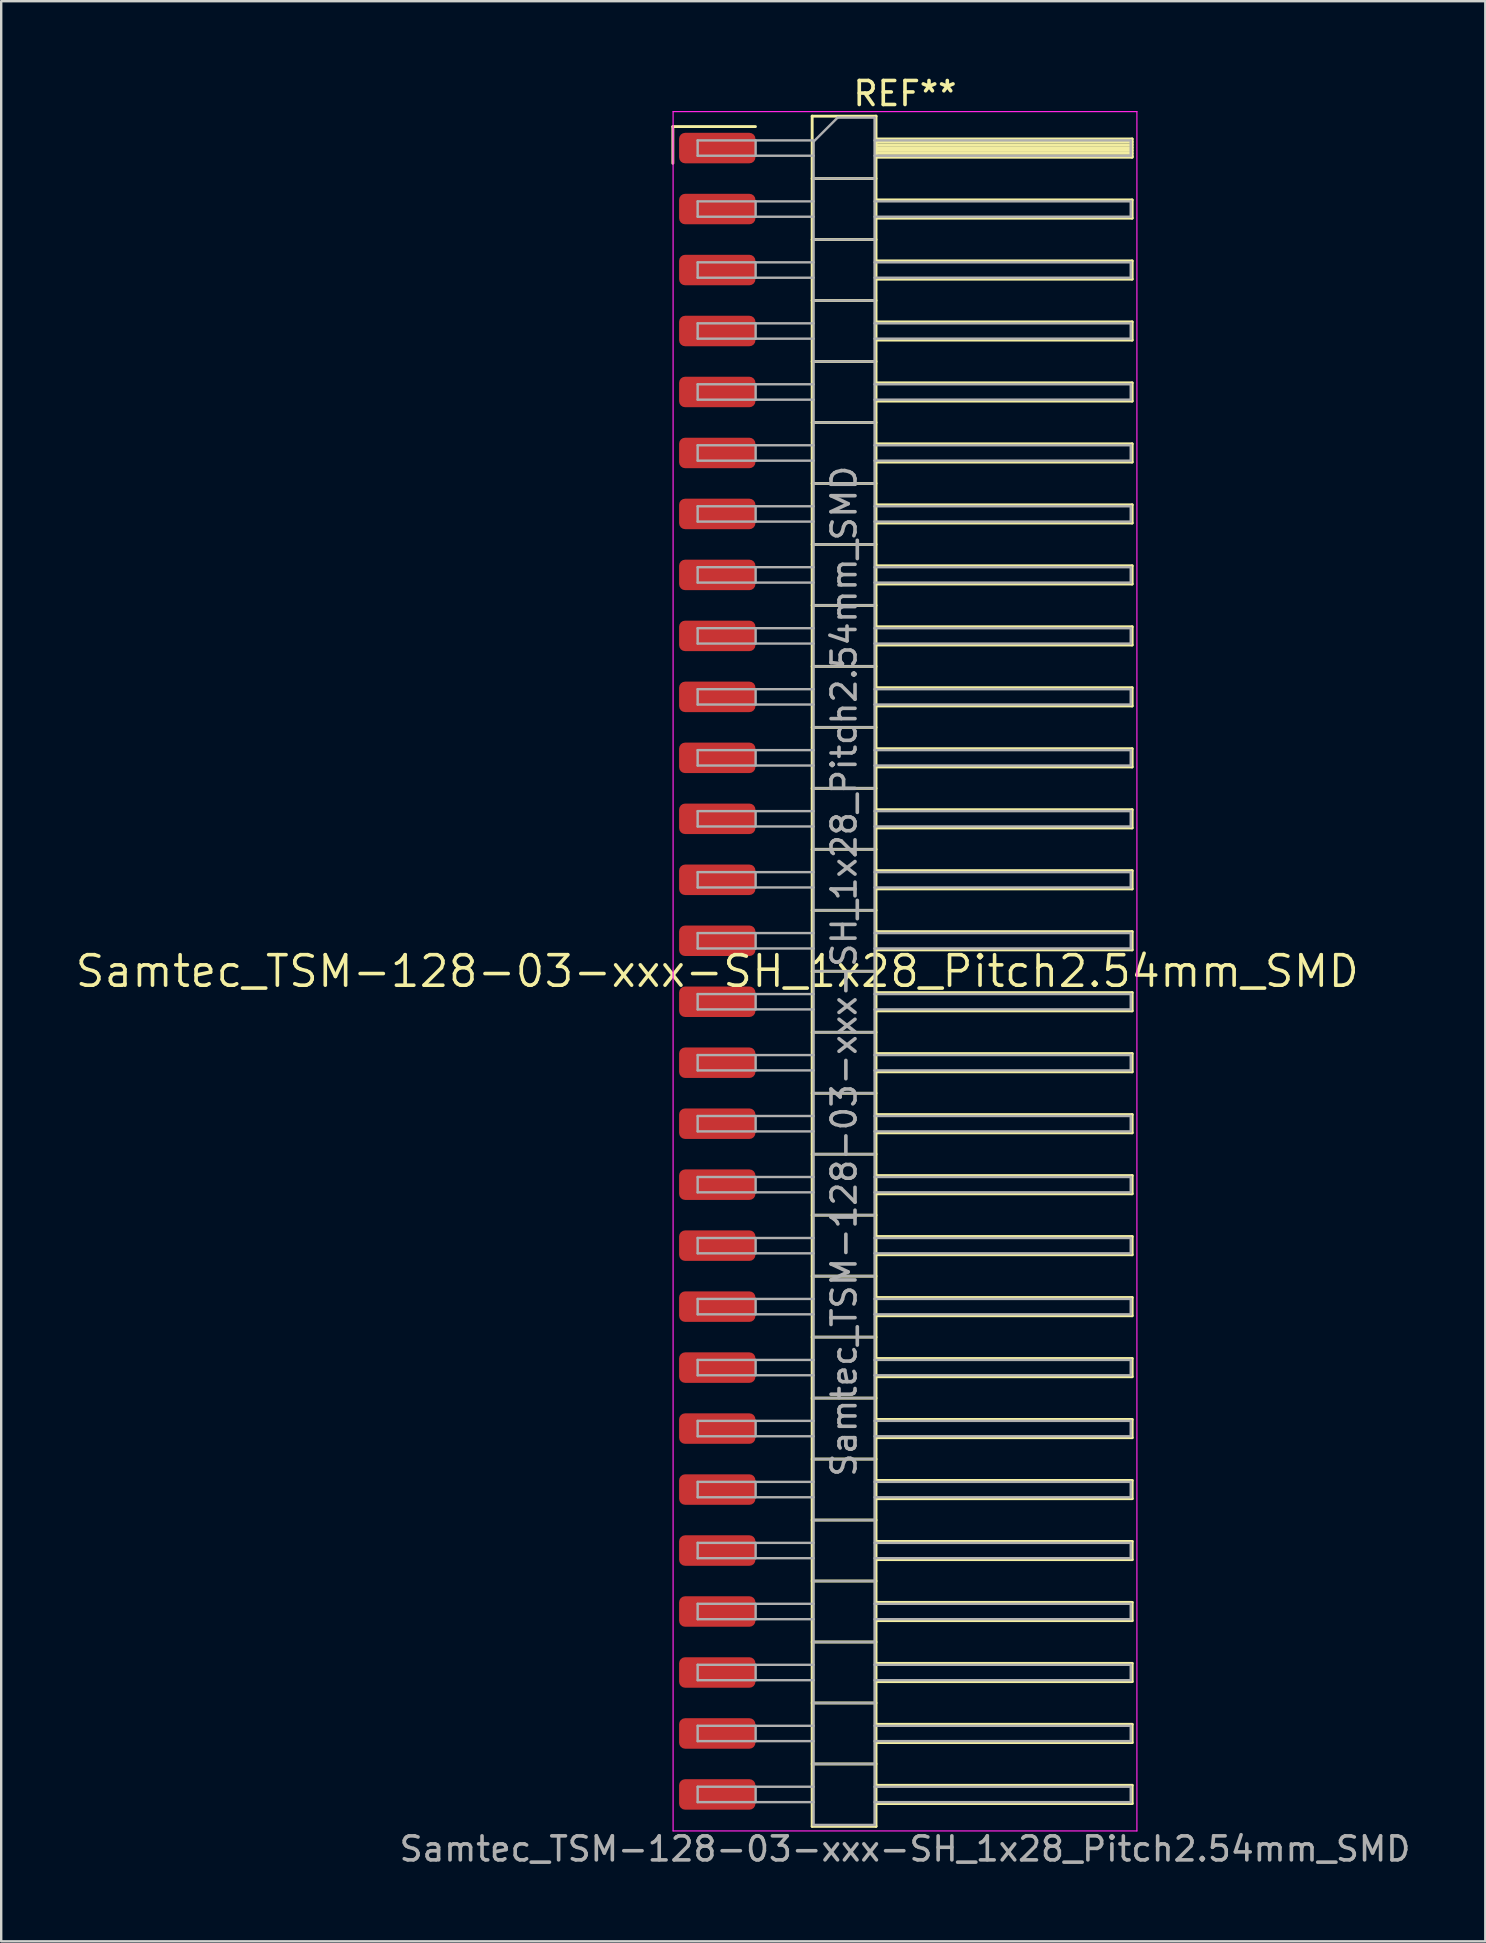
<source format=kicad_pcb>
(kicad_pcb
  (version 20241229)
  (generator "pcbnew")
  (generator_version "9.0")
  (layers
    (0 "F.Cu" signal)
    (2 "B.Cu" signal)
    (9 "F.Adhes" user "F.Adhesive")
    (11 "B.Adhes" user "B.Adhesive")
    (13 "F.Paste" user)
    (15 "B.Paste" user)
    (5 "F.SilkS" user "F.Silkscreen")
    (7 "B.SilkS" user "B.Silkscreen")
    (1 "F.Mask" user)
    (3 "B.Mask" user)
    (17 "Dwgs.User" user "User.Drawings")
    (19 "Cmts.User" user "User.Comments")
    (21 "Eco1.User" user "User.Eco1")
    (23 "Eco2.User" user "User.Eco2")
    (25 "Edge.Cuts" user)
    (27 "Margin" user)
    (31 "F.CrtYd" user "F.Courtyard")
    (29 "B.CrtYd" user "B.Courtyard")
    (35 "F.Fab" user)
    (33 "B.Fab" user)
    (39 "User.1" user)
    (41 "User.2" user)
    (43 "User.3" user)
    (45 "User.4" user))
  (footprint "Samtec_TSM-128-03-xxx-SH_1x28_Pitch2.54mm_SMD"
    (layer "F.Cu")
    (at 26.828 37.408)
    (property "Reference" "Samtec_TSM-128-03-xxx-SH_1x28_Pitch2.54mm_SMD" (at 0 0 0) (layer "F.SilkS") (effects (font (size 1.27 1.27) (thickness 0.15))))
    (attr smd)
    (fp_line (start -1.85 -35.185) (end 1.59 -35.185) (stroke (width 0.12) (type solid)) (layer "F.SilkS"))
    (fp_line (start -1.85 -33.655) (end -1.85 -35.185) (stroke (width 0.12) (type solid)) (layer "F.SilkS"))
    (fp_line (start 3.953 -35.62) (end 6.613 -35.62) (stroke (width 0.12) (type solid)) (layer "F.SilkS"))
    (fp_line (start 3.953 -33.02) (end 6.613 -33.02) (stroke (width 0.12) (type solid)) (layer "F.SilkS"))
    (fp_line (start 3.953 -30.48) (end 6.613 -30.48) (stroke (width 0.12) (type solid)) (layer "F.SilkS"))
    (fp_line (start 3.953 -27.94) (end 6.613 -27.94) (stroke (width 0.12) (type solid)) (layer "F.SilkS"))
    (fp_line (start 3.953 -25.4) (end 6.613 -25.4) (stroke (width 0.12) (type solid)) (layer "F.SilkS"))
    (fp_line (start 3.953 -22.86) (end 6.613 -22.86) (stroke (width 0.12) (type solid)) (layer "F.SilkS"))
    (fp_line (start 3.953 -20.32) (end 6.613 -20.32) (stroke (width 0.12) (type solid)) (layer "F.SilkS"))
    (fp_line (start 3.953 -17.78) (end 6.613 -17.78) (stroke (width 0.12) (type solid)) (layer "F.SilkS"))
    (fp_line (start 3.953 -15.24) (end 6.613 -15.24) (stroke (width 0.12) (type solid)) (layer "F.SilkS"))
    (fp_line (start 3.953 -12.7) (end 6.613 -12.7) (stroke (width 0.12) (type solid)) (layer "F.SilkS"))
    (fp_line (start 3.953 -10.16) (end 6.613 -10.16) (stroke (width 0.12) (type solid)) (layer "F.SilkS"))
    (fp_line (start 3.953 -7.62) (end 6.613 -7.62) (stroke (width 0.12) (type solid)) (layer "F.SilkS"))
    (fp_line (start 3.953 -5.08) (end 6.613 -5.08) (stroke (width 0.12) (type solid)) (layer "F.SilkS"))
    (fp_line (start 3.953 -2.54) (end 6.613 -2.54) (stroke (width 0.12) (type solid)) (layer "F.SilkS"))
    (fp_line (start 3.953 0) (end 6.613 0) (stroke (width 0.12) (type solid)) (layer "F.SilkS"))
    (fp_line (start 3.953 2.54) (end 6.613 2.54) (stroke (width 0.12) (type solid)) (layer "F.SilkS"))
    (fp_line (start 3.953 5.08) (end 6.613 5.08) (stroke (width 0.12) (type solid)) (layer "F.SilkS"))
    (fp_line (start 3.953 7.62) (end 6.613 7.62) (stroke (width 0.12) (type solid)) (layer "F.SilkS"))
    (fp_line (start 3.953 10.16) (end 6.613 10.16) (stroke (width 0.12) (type solid)) (layer "F.SilkS"))
    (fp_line (start 3.953 12.7) (end 6.613 12.7) (stroke (width 0.12) (type solid)) (layer "F.SilkS"))
    (fp_line (start 3.953 15.24) (end 6.613 15.24) (stroke (width 0.12) (type solid)) (layer "F.SilkS"))
    (fp_line (start 3.953 17.78) (end 6.613 17.78) (stroke (width 0.12) (type solid)) (layer "F.SilkS"))
    (fp_line (start 3.953 20.32) (end 6.613 20.32) (stroke (width 0.12) (type solid)) (layer "F.SilkS"))
    (fp_line (start 3.953 22.86) (end 6.613 22.86) (stroke (width 0.12) (type solid)) (layer "F.SilkS"))
    (fp_line (start 3.953 25.4) (end 6.613 25.4) (stroke (width 0.12) (type solid)) (layer "F.SilkS"))
    (fp_line (start 3.953 27.94) (end 6.613 27.94) (stroke (width 0.12) (type solid)) (layer "F.SilkS"))
    (fp_line (start 3.953 30.48) (end 6.613 30.48) (stroke (width 0.12) (type solid)) (layer "F.SilkS"))
    (fp_line (start 3.953 33.02) (end 6.613 33.02) (stroke (width 0.12) (type solid)) (layer "F.SilkS"))
    (fp_line (start 3.953 35.62) (end 3.953 -35.62) (stroke (width 0.12) (type solid)) (layer "F.SilkS"))
    (fp_line (start 6.613 -35.62) (end 6.613 35.62) (stroke (width 0.12) (type solid)) (layer "F.SilkS"))
    (fp_line (start 6.613 -34.67) (end 17.283 -34.67) (stroke (width 0.12) (type solid)) (layer "F.SilkS"))
    (fp_line (start 6.613 -34.55) (end 17.283 -34.55) (stroke (width 0.12) (type solid)) (layer "F.SilkS"))
    (fp_line (start 6.613 -34.43) (end 17.283 -34.43) (stroke (width 0.12) (type solid)) (layer "F.SilkS"))
    (fp_line (start 6.613 -34.31) (end 17.283 -34.31) (stroke (width 0.12) (type solid)) (layer "F.SilkS"))
    (fp_line (start 6.613 -34.19) (end 17.283 -34.19) (stroke (width 0.12) (type solid)) (layer "F.SilkS"))
    (fp_line (start 6.613 -34.07) (end 17.283 -34.07) (stroke (width 0.12) (type solid)) (layer "F.SilkS"))
    (fp_line (start 6.613 -33.95) (end 17.283 -33.95) (stroke (width 0.12) (type solid)) (layer "F.SilkS"))
    (fp_line (start 6.613 -33.91) (end 17.283 -33.91) (stroke (width 0.12) (type solid)) (layer "F.SilkS"))
    (fp_line (start 6.613 -32.13) (end 17.283 -32.13) (stroke (width 0.12) (type solid)) (layer "F.SilkS"))
    (fp_line (start 6.613 -31.37) (end 17.283 -31.37) (stroke (width 0.12) (type solid)) (layer "F.SilkS"))
    (fp_line (start 6.613 -29.59) (end 17.283 -29.59) (stroke (width 0.12) (type solid)) (layer "F.SilkS"))
    (fp_line (start 6.613 -28.83) (end 17.283 -28.83) (stroke (width 0.12) (type solid)) (layer "F.SilkS"))
    (fp_line (start 6.613 -27.05) (end 17.283 -27.05) (stroke (width 0.12) (type solid)) (layer "F.SilkS"))
    (fp_line (start 6.613 -26.29) (end 17.283 -26.29) (stroke (width 0.12) (type solid)) (layer "F.SilkS"))
    (fp_line (start 6.613 -24.51) (end 17.283 -24.51) (stroke (width 0.12) (type solid)) (layer "F.SilkS"))
    (fp_line (start 6.613 -23.75) (end 17.283 -23.75) (stroke (width 0.12) (type solid)) (layer "F.SilkS"))
    (fp_line (start 6.613 -21.97) (end 17.283 -21.97) (stroke (width 0.12) (type solid)) (layer "F.SilkS"))
    (fp_line (start 6.613 -21.21) (end 17.283 -21.21) (stroke (width 0.12) (type solid)) (layer "F.SilkS"))
    (fp_line (start 6.613 -19.43) (end 17.283 -19.43) (stroke (width 0.12) (type solid)) (layer "F.SilkS"))
    (fp_line (start 6.613 -18.67) (end 17.283 -18.67) (stroke (width 0.12) (type solid)) (layer "F.SilkS"))
    (fp_line (start 6.613 -16.89) (end 17.283 -16.89) (stroke (width 0.12) (type solid)) (layer "F.SilkS"))
    (fp_line (start 6.613 -16.13) (end 17.283 -16.13) (stroke (width 0.12) (type solid)) (layer "F.SilkS"))
    (fp_line (start 6.613 -14.35) (end 17.283 -14.35) (stroke (width 0.12) (type solid)) (layer "F.SilkS"))
    (fp_line (start 6.613 -13.59) (end 17.283 -13.59) (stroke (width 0.12) (type solid)) (layer "F.SilkS"))
    (fp_line (start 6.613 -11.81) (end 17.283 -11.81) (stroke (width 0.12) (type solid)) (layer "F.SilkS"))
    (fp_line (start 6.613 -11.05) (end 17.283 -11.05) (stroke (width 0.12) (type solid)) (layer "F.SilkS"))
    (fp_line (start 6.613 -9.27) (end 17.283 -9.27) (stroke (width 0.12) (type solid)) (layer "F.SilkS"))
    (fp_line (start 6.613 -8.51) (end 17.283 -8.51) (stroke (width 0.12) (type solid)) (layer "F.SilkS"))
    (fp_line (start 6.613 -6.73) (end 17.283 -6.73) (stroke (width 0.12) (type solid)) (layer "F.SilkS"))
    (fp_line (start 6.613 -5.97) (end 17.283 -5.97) (stroke (width 0.12) (type solid)) (layer "F.SilkS"))
    (fp_line (start 6.613 -4.19) (end 17.283 -4.19) (stroke (width 0.12) (type solid)) (layer "F.SilkS"))
    (fp_line (start 6.613 -3.43) (end 17.283 -3.43) (stroke (width 0.12) (type solid)) (layer "F.SilkS"))
    (fp_line (start 6.613 -1.65) (end 17.283 -1.65) (stroke (width 0.12) (type solid)) (layer "F.SilkS"))
    (fp_line (start 6.613 -0.89) (end 17.283 -0.89) (stroke (width 0.12) (type solid)) (layer "F.SilkS"))
    (fp_line (start 6.613 0.89) (end 17.283 0.89) (stroke (width 0.12) (type solid)) (layer "F.SilkS"))
    (fp_line (start 6.613 1.65) (end 17.283 1.65) (stroke (width 0.12) (type solid)) (layer "F.SilkS"))
    (fp_line (start 6.613 3.43) (end 17.283 3.43) (stroke (width 0.12) (type solid)) (layer "F.SilkS"))
    (fp_line (start 6.613 4.19) (end 17.283 4.19) (stroke (width 0.12) (type solid)) (layer "F.SilkS"))
    (fp_line (start 6.613 5.97) (end 17.283 5.97) (stroke (width 0.12) (type solid)) (layer "F.SilkS"))
    (fp_line (start 6.613 6.73) (end 17.283 6.73) (stroke (width 0.12) (type solid)) (layer "F.SilkS"))
    (fp_line (start 6.613 8.51) (end 17.283 8.51) (stroke (width 0.12) (type solid)) (layer "F.SilkS"))
    (fp_line (start 6.613 9.27) (end 17.283 9.27) (stroke (width 0.12) (type solid)) (layer "F.SilkS"))
    (fp_line (start 6.613 11.05) (end 17.283 11.05) (stroke (width 0.12) (type solid)) (layer "F.SilkS"))
    (fp_line (start 6.613 11.81) (end 17.283 11.81) (stroke (width 0.12) (type solid)) (layer "F.SilkS"))
    (fp_line (start 6.613 13.59) (end 17.283 13.59) (stroke (width 0.12) (type solid)) (layer "F.SilkS"))
    (fp_line (start 6.613 14.35) (end 17.283 14.35) (stroke (width 0.12) (type solid)) (layer "F.SilkS"))
    (fp_line (start 6.613 16.13) (end 17.283 16.13) (stroke (width 0.12) (type solid)) (layer "F.SilkS"))
    (fp_line (start 6.613 16.89) (end 17.283 16.89) (stroke (width 0.12) (type solid)) (layer "F.SilkS"))
    (fp_line (start 6.613 18.67) (end 17.283 18.67) (stroke (width 0.12) (type solid)) (layer "F.SilkS"))
    (fp_line (start 6.613 19.43) (end 17.283 19.43) (stroke (width 0.12) (type solid)) (layer "F.SilkS"))
    (fp_line (start 6.613 21.21) (end 17.283 21.21) (stroke (width 0.12) (type solid)) (layer "F.SilkS"))
    (fp_line (start 6.613 21.97) (end 17.283 21.97) (stroke (width 0.12) (type solid)) (layer "F.SilkS"))
    (fp_line (start 6.613 23.75) (end 17.283 23.75) (stroke (width 0.12) (type solid)) (layer "F.SilkS"))
    (fp_line (start 6.613 24.51) (end 17.283 24.51) (stroke (width 0.12) (type solid)) (layer "F.SilkS"))
    (fp_line (start 6.613 26.29) (end 17.283 26.29) (stroke (width 0.12) (type solid)) (layer "F.SilkS"))
    (fp_line (start 6.613 27.05) (end 17.283 27.05) (stroke (width 0.12) (type solid)) (layer "F.SilkS"))
    (fp_line (start 6.613 28.83) (end 17.283 28.83) (stroke (width 0.12) (type solid)) (layer "F.SilkS"))
    (fp_line (start 6.613 29.59) (end 17.283 29.59) (stroke (width 0.12) (type solid)) (layer "F.SilkS"))
    (fp_line (start 6.613 31.37) (end 17.283 31.37) (stroke (width 0.12) (type solid)) (layer "F.SilkS"))
    (fp_line (start 6.613 32.13) (end 17.283 32.13) (stroke (width 0.12) (type solid)) (layer "F.SilkS"))
    (fp_line (start 6.613 33.91) (end 17.283 33.91) (stroke (width 0.12) (type solid)) (layer "F.SilkS"))
    (fp_line (start 6.613 34.67) (end 17.283 34.67) (stroke (width 0.12) (type solid)) (layer "F.SilkS"))
    (fp_line (start 6.613 35.62) (end 3.953 35.62) (stroke (width 0.12) (type solid)) (layer "F.SilkS"))
    (fp_line (start 17.283 -34.67) (end 17.283 -33.91) (stroke (width 0.12) (type solid)) (layer "F.SilkS"))
    (fp_line (start 17.283 -32.13) (end 17.283 -31.37) (stroke (width 0.12) (type solid)) (layer "F.SilkS"))
    (fp_line (start 17.283 -29.59) (end 17.283 -28.83) (stroke (width 0.12) (type solid)) (layer "F.SilkS"))
    (fp_line (start 17.283 -27.05) (end 17.283 -26.29) (stroke (width 0.12) (type solid)) (layer "F.SilkS"))
    (fp_line (start 17.283 -24.51) (end 17.283 -23.75) (stroke (width 0.12) (type solid)) (layer "F.SilkS"))
    (fp_line (start 17.283 -21.97) (end 17.283 -21.21) (stroke (width 0.12) (type solid)) (layer "F.SilkS"))
    (fp_line (start 17.283 -19.43) (end 17.283 -18.67) (stroke (width 0.12) (type solid)) (layer "F.SilkS"))
    (fp_line (start 17.283 -16.89) (end 17.283 -16.13) (stroke (width 0.12) (type solid)) (layer "F.SilkS"))
    (fp_line (start 17.283 -14.35) (end 17.283 -13.59) (stroke (width 0.12) (type solid)) (layer "F.SilkS"))
    (fp_line (start 17.283 -11.81) (end 17.283 -11.05) (stroke (width 0.12) (type solid)) (layer "F.SilkS"))
    (fp_line (start 17.283 -9.27) (end 17.283 -8.51) (stroke (width 0.12) (type solid)) (layer "F.SilkS"))
    (fp_line (start 17.283 -6.73) (end 17.283 -5.97) (stroke (width 0.12) (type solid)) (layer "F.SilkS"))
    (fp_line (start 17.283 -4.19) (end 17.283 -3.43) (stroke (width 0.12) (type solid)) (layer "F.SilkS"))
    (fp_line (start 17.283 -1.65) (end 17.283 -0.89) (stroke (width 0.12) (type solid)) (layer "F.SilkS"))
    (fp_line (start 17.283 0.89) (end 17.283 1.65) (stroke (width 0.12) (type solid)) (layer "F.SilkS"))
    (fp_line (start 17.283 3.43) (end 17.283 4.19) (stroke (width 0.12) (type solid)) (layer "F.SilkS"))
    (fp_line (start 17.283 5.97) (end 17.283 6.73) (stroke (width 0.12) (type solid)) (layer "F.SilkS"))
    (fp_line (start 17.283 8.51) (end 17.283 9.27) (stroke (width 0.12) (type solid)) (layer "F.SilkS"))
    (fp_line (start 17.283 11.05) (end 17.283 11.81) (stroke (width 0.12) (type solid)) (layer "F.SilkS"))
    (fp_line (start 17.283 13.59) (end 17.283 14.35) (stroke (width 0.12) (type solid)) (layer "F.SilkS"))
    (fp_line (start 17.283 16.13) (end 17.283 16.89) (stroke (width 0.12) (type solid)) (layer "F.SilkS"))
    (fp_line (start 17.283 18.67) (end 17.283 19.43) (stroke (width 0.12) (type solid)) (layer "F.SilkS"))
    (fp_line (start 17.283 21.21) (end 17.283 21.97) (stroke (width 0.12) (type solid)) (layer "F.SilkS"))
    (fp_line (start 17.283 23.75) (end 17.283 24.51) (stroke (width 0.12) (type solid)) (layer "F.SilkS"))
    (fp_line (start 17.283 26.29) (end 17.283 27.05) (stroke (width 0.12) (type solid)) (layer "F.SilkS"))
    (fp_line (start 17.283 28.83) (end 17.283 29.59) (stroke (width 0.12) (type solid)) (layer "F.SilkS"))
    (fp_line (start 17.283 31.37) (end 17.283 32.13) (stroke (width 0.12) (type solid)) (layer "F.SilkS"))
    (fp_line (start 17.283 33.91) (end 17.283 34.67) (stroke (width 0.12) (type solid)) (layer "F.SilkS"))
    (fp_line (start -1.84 -35.81) (end 17.48 -35.81) (stroke (width 0.05) (type solid)) (layer "F.CrtYd"))
    (fp_line (start -1.84 35.81) (end -1.84 -35.81) (stroke (width 0.05) (type solid)) (layer "F.CrtYd"))
    (fp_line (start 17.48 -35.81) (end 17.48 35.81) (stroke (width 0.05) (type solid)) (layer "F.CrtYd"))
    (fp_line (start 17.48 35.81) (end -1.84 35.81) (stroke (width 0.05) (type solid)) (layer "F.CrtYd"))
    (fp_line (start -0.817 -34.61) (end -0.817 -33.97) (stroke (width 0.1) (type solid)) (layer "F.Fab"))
    (fp_line (start -0.817 -34.61) (end 4.013 -34.61) (stroke (width 0.1) (type solid)) (layer "F.Fab"))
    (fp_line (start -0.817 -33.97) (end 4.013 -33.97) (stroke (width 0.1) (type solid)) (layer "F.Fab"))
    (fp_line (start -0.817 -32.07) (end -0.817 -31.43) (stroke (width 0.1) (type solid)) (layer "F.Fab"))
    (fp_line (start -0.817 -32.07) (end 4.013 -32.07) (stroke (width 0.1) (type solid)) (layer "F.Fab"))
    (fp_line (start -0.817 -31.43) (end 4.013 -31.43) (stroke (width 0.1) (type solid)) (layer "F.Fab"))
    (fp_line (start -0.817 -29.53) (end -0.817 -28.89) (stroke (width 0.1) (type solid)) (layer "F.Fab"))
    (fp_line (start -0.817 -29.53) (end 4.013 -29.53) (stroke (width 0.1) (type solid)) (layer "F.Fab"))
    (fp_line (start -0.817 -28.89) (end 4.013 -28.89) (stroke (width 0.1) (type solid)) (layer "F.Fab"))
    (fp_line (start -0.817 -26.99) (end -0.817 -26.35) (stroke (width 0.1) (type solid)) (layer "F.Fab"))
    (fp_line (start -0.817 -26.99) (end 4.013 -26.99) (stroke (width 0.1) (type solid)) (layer "F.Fab"))
    (fp_line (start -0.817 -26.35) (end 4.013 -26.35) (stroke (width 0.1) (type solid)) (layer "F.Fab"))
    (fp_line (start -0.817 -24.45) (end -0.817 -23.81) (stroke (width 0.1) (type solid)) (layer "F.Fab"))
    (fp_line (start -0.817 -24.45) (end 4.013 -24.45) (stroke (width 0.1) (type solid)) (layer "F.Fab"))
    (fp_line (start -0.817 -23.81) (end 4.013 -23.81) (stroke (width 0.1) (type solid)) (layer "F.Fab"))
    (fp_line (start -0.817 -21.91) (end -0.817 -21.27) (stroke (width 0.1) (type solid)) (layer "F.Fab"))
    (fp_line (start -0.817 -21.91) (end 4.013 -21.91) (stroke (width 0.1) (type solid)) (layer "F.Fab"))
    (fp_line (start -0.817 -21.27) (end 4.013 -21.27) (stroke (width 0.1) (type solid)) (layer "F.Fab"))
    (fp_line (start -0.817 -19.37) (end -0.817 -18.73) (stroke (width 0.1) (type solid)) (layer "F.Fab"))
    (fp_line (start -0.817 -19.37) (end 4.013 -19.37) (stroke (width 0.1) (type solid)) (layer "F.Fab"))
    (fp_line (start -0.817 -18.73) (end 4.013 -18.73) (stroke (width 0.1) (type solid)) (layer "F.Fab"))
    (fp_line (start -0.817 -16.83) (end -0.817 -16.19) (stroke (width 0.1) (type solid)) (layer "F.Fab"))
    (fp_line (start -0.817 -16.83) (end 4.013 -16.83) (stroke (width 0.1) (type solid)) (layer "F.Fab"))
    (fp_line (start -0.817 -16.19) (end 4.013 -16.19) (stroke (width 0.1) (type solid)) (layer "F.Fab"))
    (fp_line (start -0.817 -14.29) (end -0.817 -13.65) (stroke (width 0.1) (type solid)) (layer "F.Fab"))
    (fp_line (start -0.817 -14.29) (end 4.013 -14.29) (stroke (width 0.1) (type solid)) (layer "F.Fab"))
    (fp_line (start -0.817 -13.65) (end 4.013 -13.65) (stroke (width 0.1) (type solid)) (layer "F.Fab"))
    (fp_line (start -0.817 -11.75) (end -0.817 -11.11) (stroke (width 0.1) (type solid)) (layer "F.Fab"))
    (fp_line (start -0.817 -11.75) (end 4.013 -11.75) (stroke (width 0.1) (type solid)) (layer "F.Fab"))
    (fp_line (start -0.817 -11.11) (end 4.013 -11.11) (stroke (width 0.1) (type solid)) (layer "F.Fab"))
    (fp_line (start -0.817 -9.21) (end -0.817 -8.57) (stroke (width 0.1) (type solid)) (layer "F.Fab"))
    (fp_line (start -0.817 -9.21) (end 4.013 -9.21) (stroke (width 0.1) (type solid)) (layer "F.Fab"))
    (fp_line (start -0.817 -8.57) (end 4.013 -8.57) (stroke (width 0.1) (type solid)) (layer "F.Fab"))
    (fp_line (start -0.817 -6.67) (end -0.817 -6.03) (stroke (width 0.1) (type solid)) (layer "F.Fab"))
    (fp_line (start -0.817 -6.67) (end 4.013 -6.67) (stroke (width 0.1) (type solid)) (layer "F.Fab"))
    (fp_line (start -0.817 -6.03) (end 4.013 -6.03) (stroke (width 0.1) (type solid)) (layer "F.Fab"))
    (fp_line (start -0.817 -4.13) (end -0.817 -3.49) (stroke (width 0.1) (type solid)) (layer "F.Fab"))
    (fp_line (start -0.817 -4.13) (end 4.013 -4.13) (stroke (width 0.1) (type solid)) (layer "F.Fab"))
    (fp_line (start -0.817 -3.49) (end 4.013 -3.49) (stroke (width 0.1) (type solid)) (layer "F.Fab"))
    (fp_line (start -0.817 -1.59) (end -0.817 -0.95) (stroke (width 0.1) (type solid)) (layer "F.Fab"))
    (fp_line (start -0.817 -1.59) (end 4.013 -1.59) (stroke (width 0.1) (type solid)) (layer "F.Fab"))
    (fp_line (start -0.817 -0.95) (end 4.013 -0.95) (stroke (width 0.1) (type solid)) (layer "F.Fab"))
    (fp_line (start -0.817 0.95) (end -0.817 1.59) (stroke (width 0.1) (type solid)) (layer "F.Fab"))
    (fp_line (start -0.817 0.95) (end 4.013 0.95) (stroke (width 0.1) (type solid)) (layer "F.Fab"))
    (fp_line (start -0.817 1.59) (end 4.013 1.59) (stroke (width 0.1) (type solid)) (layer "F.Fab"))
    (fp_line (start -0.817 3.49) (end -0.817 4.13) (stroke (width 0.1) (type solid)) (layer "F.Fab"))
    (fp_line (start -0.817 3.49) (end 4.013 3.49) (stroke (width 0.1) (type solid)) (layer "F.Fab"))
    (fp_line (start -0.817 4.13) (end 4.013 4.13) (stroke (width 0.1) (type solid)) (layer "F.Fab"))
    (fp_line (start -0.817 6.03) (end -0.817 6.67) (stroke (width 0.1) (type solid)) (layer "F.Fab"))
    (fp_line (start -0.817 6.03) (end 4.013 6.03) (stroke (width 0.1) (type solid)) (layer "F.Fab"))
    (fp_line (start -0.817 6.67) (end 4.013 6.67) (stroke (width 0.1) (type solid)) (layer "F.Fab"))
    (fp_line (start -0.817 8.57) (end -0.817 9.21) (stroke (width 0.1) (type solid)) (layer "F.Fab"))
    (fp_line (start -0.817 8.57) (end 4.013 8.57) (stroke (width 0.1) (type solid)) (layer "F.Fab"))
    (fp_line (start -0.817 9.21) (end 4.013 9.21) (stroke (width 0.1) (type solid)) (layer "F.Fab"))
    (fp_line (start -0.817 11.11) (end -0.817 11.75) (stroke (width 0.1) (type solid)) (layer "F.Fab"))
    (fp_line (start -0.817 11.11) (end 4.013 11.11) (stroke (width 0.1) (type solid)) (layer "F.Fab"))
    (fp_line (start -0.817 11.75) (end 4.013 11.75) (stroke (width 0.1) (type solid)) (layer "F.Fab"))
    (fp_line (start -0.817 13.65) (end -0.817 14.29) (stroke (width 0.1) (type solid)) (layer "F.Fab"))
    (fp_line (start -0.817 13.65) (end 4.013 13.65) (stroke (width 0.1) (type solid)) (layer "F.Fab"))
    (fp_line (start -0.817 14.29) (end 4.013 14.29) (stroke (width 0.1) (type solid)) (layer "F.Fab"))
    (fp_line (start -0.817 16.19) (end -0.817 16.83) (stroke (width 0.1) (type solid)) (layer "F.Fab"))
    (fp_line (start -0.817 16.19) (end 4.013 16.19) (stroke (width 0.1) (type solid)) (layer "F.Fab"))
    (fp_line (start -0.817 16.83) (end 4.013 16.83) (stroke (width 0.1) (type solid)) (layer "F.Fab"))
    (fp_line (start -0.817 18.73) (end -0.817 19.37) (stroke (width 0.1) (type solid)) (layer "F.Fab"))
    (fp_line (start -0.817 18.73) (end 4.013 18.73) (stroke (width 0.1) (type solid)) (layer "F.Fab"))
    (fp_line (start -0.817 19.37) (end 4.013 19.37) (stroke (width 0.1) (type solid)) (layer "F.Fab"))
    (fp_line (start -0.817 21.27) (end -0.817 21.91) (stroke (width 0.1) (type solid)) (layer "F.Fab"))
    (fp_line (start -0.817 21.27) (end 4.013 21.27) (stroke (width 0.1) (type solid)) (layer "F.Fab"))
    (fp_line (start -0.817 21.91) (end 4.013 21.91) (stroke (width 0.1) (type solid)) (layer "F.Fab"))
    (fp_line (start -0.817 23.81) (end -0.817 24.45) (stroke (width 0.1) (type solid)) (layer "F.Fab"))
    (fp_line (start -0.817 23.81) (end 4.013 23.81) (stroke (width 0.1) (type solid)) (layer "F.Fab"))
    (fp_line (start -0.817 24.45) (end 4.013 24.45) (stroke (width 0.1) (type solid)) (layer "F.Fab"))
    (fp_line (start -0.817 26.35) (end -0.817 26.99) (stroke (width 0.1) (type solid)) (layer "F.Fab"))
    (fp_line (start -0.817 26.35) (end 4.013 26.35) (stroke (width 0.1) (type solid)) (layer "F.Fab"))
    (fp_line (start -0.817 26.99) (end 4.013 26.99) (stroke (width 0.1) (type solid)) (layer "F.Fab"))
    (fp_line (start -0.817 28.89) (end -0.817 29.53) (stroke (width 0.1) (type solid)) (layer "F.Fab"))
    (fp_line (start -0.817 28.89) (end 4.013 28.89) (stroke (width 0.1) (type solid)) (layer "F.Fab"))
    (fp_line (start -0.817 29.53) (end 4.013 29.53) (stroke (width 0.1) (type solid)) (layer "F.Fab"))
    (fp_line (start -0.817 31.43) (end -0.817 32.07) (stroke (width 0.1) (type solid)) (layer "F.Fab"))
    (fp_line (start -0.817 31.43) (end 4.013 31.43) (stroke (width 0.1) (type solid)) (layer "F.Fab"))
    (fp_line (start -0.817 32.07) (end 4.013 32.07) (stroke (width 0.1) (type solid)) (layer "F.Fab"))
    (fp_line (start -0.817 33.97) (end -0.817 34.61) (stroke (width 0.1) (type solid)) (layer "F.Fab"))
    (fp_line (start -0.817 33.97) (end 4.013 33.97) (stroke (width 0.1) (type solid)) (layer "F.Fab"))
    (fp_line (start -0.817 34.61) (end 4.013 34.61) (stroke (width 0.1) (type solid)) (layer "F.Fab"))
    (fp_line (start 1.598 -34.61) (end 1.598 -33.97) (stroke (width 0.1) (type solid)) (layer "F.Fab"))
    (fp_line (start 1.598 -32.07) (end 1.598 -31.43) (stroke (width 0.1) (type solid)) (layer "F.Fab"))
    (fp_line (start 1.598 -29.53) (end 1.598 -28.89) (stroke (width 0.1) (type solid)) (layer "F.Fab"))
    (fp_line (start 1.598 -26.99) (end 1.598 -26.35) (stroke (width 0.1) (type solid)) (layer "F.Fab"))
    (fp_line (start 1.598 -24.45) (end 1.598 -23.81) (stroke (width 0.1) (type solid)) (layer "F.Fab"))
    (fp_line (start 1.598 -21.91) (end 1.598 -21.27) (stroke (width 0.1) (type solid)) (layer "F.Fab"))
    (fp_line (start 1.598 -19.37) (end 1.598 -18.73) (stroke (width 0.1) (type solid)) (layer "F.Fab"))
    (fp_line (start 1.598 -16.83) (end 1.598 -16.19) (stroke (width 0.1) (type solid)) (layer "F.Fab"))
    (fp_line (start 1.598 -14.29) (end 1.598 -13.65) (stroke (width 0.1) (type solid)) (layer "F.Fab"))
    (fp_line (start 1.598 -11.75) (end 1.598 -11.11) (stroke (width 0.1) (type solid)) (layer "F.Fab"))
    (fp_line (start 1.598 -9.21) (end 1.598 -8.57) (stroke (width 0.1) (type solid)) (layer "F.Fab"))
    (fp_line (start 1.598 -6.67) (end 1.598 -6.03) (stroke (width 0.1) (type solid)) (layer "F.Fab"))
    (fp_line (start 1.598 -4.13) (end 1.598 -3.49) (stroke (width 0.1) (type solid)) (layer "F.Fab"))
    (fp_line (start 1.598 -1.59) (end 1.598 -0.95) (stroke (width 0.1) (type solid)) (layer "F.Fab"))
    (fp_line (start 1.598 0.95) (end 1.598 1.59) (stroke (width 0.1) (type solid)) (layer "F.Fab"))
    (fp_line (start 1.598 3.49) (end 1.598 4.13) (stroke (width 0.1) (type solid)) (layer "F.Fab"))
    (fp_line (start 1.598 6.03) (end 1.598 6.67) (stroke (width 0.1) (type solid)) (layer "F.Fab"))
    (fp_line (start 1.598 8.57) (end 1.598 9.21) (stroke (width 0.1) (type solid)) (layer "F.Fab"))
    (fp_line (start 1.598 11.11) (end 1.598 11.75) (stroke (width 0.1) (type solid)) (layer "F.Fab"))
    (fp_line (start 1.598 13.65) (end 1.598 14.29) (stroke (width 0.1) (type solid)) (layer "F.Fab"))
    (fp_line (start 1.598 16.19) (end 1.598 16.83) (stroke (width 0.1) (type solid)) (layer "F.Fab"))
    (fp_line (start 1.598 18.73) (end 1.598 19.37) (stroke (width 0.1) (type solid)) (layer "F.Fab"))
    (fp_line (start 1.598 21.27) (end 1.598 21.91) (stroke (width 0.1) (type solid)) (layer "F.Fab"))
    (fp_line (start 1.598 23.81) (end 1.598 24.45) (stroke (width 0.1) (type solid)) (layer "F.Fab"))
    (fp_line (start 1.598 26.35) (end 1.598 26.99) (stroke (width 0.1) (type solid)) (layer "F.Fab"))
    (fp_line (start 1.598 28.89) (end 1.598 29.53) (stroke (width 0.1) (type solid)) (layer "F.Fab"))
    (fp_line (start 1.598 31.43) (end 1.598 32.07) (stroke (width 0.1) (type solid)) (layer "F.Fab"))
    (fp_line (start 1.598 33.97) (end 1.598 34.61) (stroke (width 0.1) (type solid)) (layer "F.Fab"))
    (fp_line (start 4.013 -34.56) (end 5.013 -35.56) (stroke (width 0.1) (type solid)) (layer "F.Fab"))
    (fp_line (start 4.013 -33.02) (end 6.553 -33.02) (stroke (width 0.1) (type solid)) (layer "F.Fab"))
    (fp_line (start 4.013 -30.48) (end 6.553 -30.48) (stroke (width 0.1) (type solid)) (layer "F.Fab"))
    (fp_line (start 4.013 -27.94) (end 6.553 -27.94) (stroke (width 0.1) (type solid)) (layer "F.Fab"))
    (fp_line (start 4.013 -25.4) (end 6.553 -25.4) (stroke (width 0.1) (type solid)) (layer "F.Fab"))
    (fp_line (start 4.013 -22.86) (end 6.553 -22.86) (stroke (width 0.1) (type solid)) (layer "F.Fab"))
    (fp_line (start 4.013 -20.32) (end 6.553 -20.32) (stroke (width 0.1) (type solid)) (layer "F.Fab"))
    (fp_line (start 4.013 -17.78) (end 6.553 -17.78) (stroke (width 0.1) (type solid)) (layer "F.Fab"))
    (fp_line (start 4.013 -15.24) (end 6.553 -15.24) (stroke (width 0.1) (type solid)) (layer "F.Fab"))
    (fp_line (start 4.013 -12.7) (end 6.553 -12.7) (stroke (width 0.1) (type solid)) (layer "F.Fab"))
    (fp_line (start 4.013 -10.16) (end 6.553 -10.16) (stroke (width 0.1) (type solid)) (layer "F.Fab"))
    (fp_line (start 4.013 -7.62) (end 6.553 -7.62) (stroke (width 0.1) (type solid)) (layer "F.Fab"))
    (fp_line (start 4.013 -5.08) (end 6.553 -5.08) (stroke (width 0.1) (type solid)) (layer "F.Fab"))
    (fp_line (start 4.013 -2.54) (end 6.553 -2.54) (stroke (width 0.1) (type solid)) (layer "F.Fab"))
    (fp_line (start 4.013 0) (end 6.553 0) (stroke (width 0.1) (type solid)) (layer "F.Fab"))
    (fp_line (start 4.013 2.54) (end 6.553 2.54) (stroke (width 0.1) (type solid)) (layer "F.Fab"))
    (fp_line (start 4.013 5.08) (end 6.553 5.08) (stroke (width 0.1) (type solid)) (layer "F.Fab"))
    (fp_line (start 4.013 7.62) (end 6.553 7.62) (stroke (width 0.1) (type solid)) (layer "F.Fab"))
    (fp_line (start 4.013 10.16) (end 6.553 10.16) (stroke (width 0.1) (type solid)) (layer "F.Fab"))
    (fp_line (start 4.013 12.7) (end 6.553 12.7) (stroke (width 0.1) (type solid)) (layer "F.Fab"))
    (fp_line (start 4.013 15.24) (end 6.553 15.24) (stroke (width 0.1) (type solid)) (layer "F.Fab"))
    (fp_line (start 4.013 17.78) (end 6.553 17.78) (stroke (width 0.1) (type solid)) (layer "F.Fab"))
    (fp_line (start 4.013 20.32) (end 6.553 20.32) (stroke (width 0.1) (type solid)) (layer "F.Fab"))
    (fp_line (start 4.013 22.86) (end 6.553 22.86) (stroke (width 0.1) (type solid)) (layer "F.Fab"))
    (fp_line (start 4.013 25.4) (end 6.553 25.4) (stroke (width 0.1) (type solid)) (layer "F.Fab"))
    (fp_line (start 4.013 27.94) (end 6.553 27.94) (stroke (width 0.1) (type solid)) (layer "F.Fab"))
    (fp_line (start 4.013 30.48) (end 6.553 30.48) (stroke (width 0.1) (type solid)) (layer "F.Fab"))
    (fp_line (start 4.013 33.02) (end 6.553 33.02) (stroke (width 0.1) (type solid)) (layer "F.Fab"))
    (fp_line (start 4.013 35.56) (end 4.013 -34.56) (stroke (width 0.1) (type solid)) (layer "F.Fab"))
    (fp_line (start 5.013 -35.56) (end 6.553 -35.56) (stroke (width 0.1) (type solid)) (layer "F.Fab"))
    (fp_line (start 6.553 -35.56) (end 6.553 35.56) (stroke (width 0.1) (type solid)) (layer "F.Fab"))
    (fp_line (start 6.553 -34.61) (end 17.223 -34.61) (stroke (width 0.1) (type solid)) (layer "F.Fab"))
    (fp_line (start 6.553 -33.97) (end 17.223 -33.97) (stroke (width 0.1) (type solid)) (layer "F.Fab"))
    (fp_line (start 6.553 -32.07) (end 17.223 -32.07) (stroke (width 0.1) (type solid)) (layer "F.Fab"))
    (fp_line (start 6.553 -31.43) (end 17.223 -31.43) (stroke (width 0.1) (type solid)) (layer "F.Fab"))
    (fp_line (start 6.553 -29.53) (end 17.223 -29.53) (stroke (width 0.1) (type solid)) (layer "F.Fab"))
    (fp_line (start 6.553 -28.89) (end 17.223 -28.89) (stroke (width 0.1) (type solid)) (layer "F.Fab"))
    (fp_line (start 6.553 -26.99) (end 17.223 -26.99) (stroke (width 0.1) (type solid)) (layer "F.Fab"))
    (fp_line (start 6.553 -26.35) (end 17.223 -26.35) (stroke (width 0.1) (type solid)) (layer "F.Fab"))
    (fp_line (start 6.553 -24.45) (end 17.223 -24.45) (stroke (width 0.1) (type solid)) (layer "F.Fab"))
    (fp_line (start 6.553 -23.81) (end 17.223 -23.81) (stroke (width 0.1) (type solid)) (layer "F.Fab"))
    (fp_line (start 6.553 -21.91) (end 17.223 -21.91) (stroke (width 0.1) (type solid)) (layer "F.Fab"))
    (fp_line (start 6.553 -21.27) (end 17.223 -21.27) (stroke (width 0.1) (type solid)) (layer "F.Fab"))
    (fp_line (start 6.553 -19.37) (end 17.223 -19.37) (stroke (width 0.1) (type solid)) (layer "F.Fab"))
    (fp_line (start 6.553 -18.73) (end 17.223 -18.73) (stroke (width 0.1) (type solid)) (layer "F.Fab"))
    (fp_line (start 6.553 -16.83) (end 17.223 -16.83) (stroke (width 0.1) (type solid)) (layer "F.Fab"))
    (fp_line (start 6.553 -16.19) (end 17.223 -16.19) (stroke (width 0.1) (type solid)) (layer "F.Fab"))
    (fp_line (start 6.553 -14.29) (end 17.223 -14.29) (stroke (width 0.1) (type solid)) (layer "F.Fab"))
    (fp_line (start 6.553 -13.65) (end 17.223 -13.65) (stroke (width 0.1) (type solid)) (layer "F.Fab"))
    (fp_line (start 6.553 -11.75) (end 17.223 -11.75) (stroke (width 0.1) (type solid)) (layer "F.Fab"))
    (fp_line (start 6.553 -11.11) (end 17.223 -11.11) (stroke (width 0.1) (type solid)) (layer "F.Fab"))
    (fp_line (start 6.553 -9.21) (end 17.223 -9.21) (stroke (width 0.1) (type solid)) (layer "F.Fab"))
    (fp_line (start 6.553 -8.57) (end 17.223 -8.57) (stroke (width 0.1) (type solid)) (layer "F.Fab"))
    (fp_line (start 6.553 -6.67) (end 17.223 -6.67) (stroke (width 0.1) (type solid)) (layer "F.Fab"))
    (fp_line (start 6.553 -6.03) (end 17.223 -6.03) (stroke (width 0.1) (type solid)) (layer "F.Fab"))
    (fp_line (start 6.553 -4.13) (end 17.223 -4.13) (stroke (width 0.1) (type solid)) (layer "F.Fab"))
    (fp_line (start 6.553 -3.49) (end 17.223 -3.49) (stroke (width 0.1) (type solid)) (layer "F.Fab"))
    (fp_line (start 6.553 -1.59) (end 17.223 -1.59) (stroke (width 0.1) (type solid)) (layer "F.Fab"))
    (fp_line (start 6.553 -0.95) (end 17.223 -0.95) (stroke (width 0.1) (type solid)) (layer "F.Fab"))
    (fp_line (start 6.553 0.95) (end 17.223 0.95) (stroke (width 0.1) (type solid)) (layer "F.Fab"))
    (fp_line (start 6.553 1.59) (end 17.223 1.59) (stroke (width 0.1) (type solid)) (layer "F.Fab"))
    (fp_line (start 6.553 3.49) (end 17.223 3.49) (stroke (width 0.1) (type solid)) (layer "F.Fab"))
    (fp_line (start 6.553 4.13) (end 17.223 4.13) (stroke (width 0.1) (type solid)) (layer "F.Fab"))
    (fp_line (start 6.553 6.03) (end 17.223 6.03) (stroke (width 0.1) (type solid)) (layer "F.Fab"))
    (fp_line (start 6.553 6.67) (end 17.223 6.67) (stroke (width 0.1) (type solid)) (layer "F.Fab"))
    (fp_line (start 6.553 8.57) (end 17.223 8.57) (stroke (width 0.1) (type solid)) (layer "F.Fab"))
    (fp_line (start 6.553 9.21) (end 17.223 9.21) (stroke (width 0.1) (type solid)) (layer "F.Fab"))
    (fp_line (start 6.553 11.11) (end 17.223 11.11) (stroke (width 0.1) (type solid)) (layer "F.Fab"))
    (fp_line (start 6.553 11.75) (end 17.223 11.75) (stroke (width 0.1) (type solid)) (layer "F.Fab"))
    (fp_line (start 6.553 13.65) (end 17.223 13.65) (stroke (width 0.1) (type solid)) (layer "F.Fab"))
    (fp_line (start 6.553 14.29) (end 17.223 14.29) (stroke (width 0.1) (type solid)) (layer "F.Fab"))
    (fp_line (start 6.553 16.19) (end 17.223 16.19) (stroke (width 0.1) (type solid)) (layer "F.Fab"))
    (fp_line (start 6.553 16.83) (end 17.223 16.83) (stroke (width 0.1) (type solid)) (layer "F.Fab"))
    (fp_line (start 6.553 18.73) (end 17.223 18.73) (stroke (width 0.1) (type solid)) (layer "F.Fab"))
    (fp_line (start 6.553 19.37) (end 17.223 19.37) (stroke (width 0.1) (type solid)) (layer "F.Fab"))
    (fp_line (start 6.553 21.27) (end 17.223 21.27) (stroke (width 0.1) (type solid)) (layer "F.Fab"))
    (fp_line (start 6.553 21.91) (end 17.223 21.91) (stroke (width 0.1) (type solid)) (layer "F.Fab"))
    (fp_line (start 6.553 23.81) (end 17.223 23.81) (stroke (width 0.1) (type solid)) (layer "F.Fab"))
    (fp_line (start 6.553 24.45) (end 17.223 24.45) (stroke (width 0.1) (type solid)) (layer "F.Fab"))
    (fp_line (start 6.553 26.35) (end 17.223 26.35) (stroke (width 0.1) (type solid)) (layer "F.Fab"))
    (fp_line (start 6.553 26.99) (end 17.223 26.99) (stroke (width 0.1) (type solid)) (layer "F.Fab"))
    (fp_line (start 6.553 28.89) (end 17.223 28.89) (stroke (width 0.1) (type solid)) (layer "F.Fab"))
    (fp_line (start 6.553 29.53) (end 17.223 29.53) (stroke (width 0.1) (type solid)) (layer "F.Fab"))
    (fp_line (start 6.553 31.43) (end 17.223 31.43) (stroke (width 0.1) (type solid)) (layer "F.Fab"))
    (fp_line (start 6.553 32.07) (end 17.223 32.07) (stroke (width 0.1) (type solid)) (layer "F.Fab"))
    (fp_line (start 6.553 33.97) (end 17.223 33.97) (stroke (width 0.1) (type solid)) (layer "F.Fab"))
    (fp_line (start 6.553 34.61) (end 17.223 34.61) (stroke (width 0.1) (type solid)) (layer "F.Fab"))
    (fp_line (start 6.553 35.56) (end 4.013 35.56) (stroke (width 0.1) (type solid)) (layer "F.Fab"))
    (fp_line (start 17.223 -34.61) (end 17.223 -33.97) (stroke (width 0.1) (type solid)) (layer "F.Fab"))
    (fp_line (start 17.223 -32.07) (end 17.223 -31.43) (stroke (width 0.1) (type solid)) (layer "F.Fab"))
    (fp_line (start 17.223 -29.53) (end 17.223 -28.89) (stroke (width 0.1) (type solid)) (layer "F.Fab"))
    (fp_line (start 17.223 -26.99) (end 17.223 -26.35) (stroke (width 0.1) (type solid)) (layer "F.Fab"))
    (fp_line (start 17.223 -24.45) (end 17.223 -23.81) (stroke (width 0.1) (type solid)) (layer "F.Fab"))
    (fp_line (start 17.223 -21.91) (end 17.223 -21.27) (stroke (width 0.1) (type solid)) (layer "F.Fab"))
    (fp_line (start 17.223 -19.37) (end 17.223 -18.73) (stroke (width 0.1) (type solid)) (layer "F.Fab"))
    (fp_line (start 17.223 -16.83) (end 17.223 -16.19) (stroke (width 0.1) (type solid)) (layer "F.Fab"))
    (fp_line (start 17.223 -14.29) (end 17.223 -13.65) (stroke (width 0.1) (type solid)) (layer "F.Fab"))
    (fp_line (start 17.223 -11.75) (end 17.223 -11.11) (stroke (width 0.1) (type solid)) (layer "F.Fab"))
    (fp_line (start 17.223 -9.21) (end 17.223 -8.57) (stroke (width 0.1) (type solid)) (layer "F.Fab"))
    (fp_line (start 17.223 -6.67) (end 17.223 -6.03) (stroke (width 0.1) (type solid)) (layer "F.Fab"))
    (fp_line (start 17.223 -4.13) (end 17.223 -3.49) (stroke (width 0.1) (type solid)) (layer "F.Fab"))
    (fp_line (start 17.223 -1.59) (end 17.223 -0.95) (stroke (width 0.1) (type solid)) (layer "F.Fab"))
    (fp_line (start 17.223 0.95) (end 17.223 1.59) (stroke (width 0.1) (type solid)) (layer "F.Fab"))
    (fp_line (start 17.223 3.49) (end 17.223 4.13) (stroke (width 0.1) (type solid)) (layer "F.Fab"))
    (fp_line (start 17.223 6.03) (end 17.223 6.67) (stroke (width 0.1) (type solid)) (layer "F.Fab"))
    (fp_line (start 17.223 8.57) (end 17.223 9.21) (stroke (width 0.1) (type solid)) (layer "F.Fab"))
    (fp_line (start 17.223 11.11) (end 17.223 11.75) (stroke (width 0.1) (type solid)) (layer "F.Fab"))
    (fp_line (start 17.223 13.65) (end 17.223 14.29) (stroke (width 0.1) (type solid)) (layer "F.Fab"))
    (fp_line (start 17.223 16.19) (end 17.223 16.83) (stroke (width 0.1) (type solid)) (layer "F.Fab"))
    (fp_line (start 17.223 18.73) (end 17.223 19.37) (stroke (width 0.1) (type solid)) (layer "F.Fab"))
    (fp_line (start 17.223 21.27) (end 17.223 21.91) (stroke (width 0.1) (type solid)) (layer "F.Fab"))
    (fp_line (start 17.223 23.81) (end 17.223 24.45) (stroke (width 0.1) (type solid)) (layer "F.Fab"))
    (fp_line (start 17.223 26.35) (end 17.223 26.99) (stroke (width 0.1) (type solid)) (layer "F.Fab"))
    (fp_line (start 17.223 28.89) (end 17.223 29.53) (stroke (width 0.1) (type solid)) (layer "F.Fab"))
    (fp_line (start 17.223 31.43) (end 17.223 32.07) (stroke (width 0.1) (type solid)) (layer "F.Fab"))
    (fp_line (start 17.223 33.97) (end 17.223 34.61) (stroke (width 0.1) (type solid)) (layer "F.Fab"))
    (fp_text user "REF**" (at 7.82 -36.56 0) (layer "F.SilkS") (effects (font (size 1 1) (thickness 0.15))))
    (fp_text user "Samtec_TSM-128-03-xxx-SH_1x28_Pitch2.54mm_SMD" (at 7.82 36.56 0) (layer "F.Fab") (effects (font (size 1 1) (thickness 0.15))))
    (fp_text user "${REFERENCE}" (at 5.283 0 90) (layer "F.Fab") (effects (font (size 1 1) (thickness 0.15))))
    (pad "1" smd roundrect (at 0 -34.29) (size 3.18 1.27) (layers "F.Cu" "F.Mask" "F.Paste") (roundrect_rratio 0.197))
    (pad "2" smd roundrect (at 0 -31.75) (size 3.18 1.27) (layers "F.Cu" "F.Mask" "F.Paste") (roundrect_rratio 0.197))
    (pad "3" smd roundrect (at 0 -29.21) (size 3.18 1.27) (layers "F.Cu" "F.Mask" "F.Paste") (roundrect_rratio 0.197))
    (pad "4" smd roundrect (at 0 -26.67) (size 3.18 1.27) (layers "F.Cu" "F.Mask" "F.Paste") (roundrect_rratio 0.197))
    (pad "5" smd roundrect (at 0 -24.13) (size 3.18 1.27) (layers "F.Cu" "F.Mask" "F.Paste") (roundrect_rratio 0.197))
    (pad "6" smd roundrect (at 0 -21.59) (size 3.18 1.27) (layers "F.Cu" "F.Mask" "F.Paste") (roundrect_rratio 0.197))
    (pad "7" smd roundrect (at 0 -19.05) (size 3.18 1.27) (layers "F.Cu" "F.Mask" "F.Paste") (roundrect_rratio 0.197))
    (pad "8" smd roundrect (at 0 -16.51) (size 3.18 1.27) (layers "F.Cu" "F.Mask" "F.Paste") (roundrect_rratio 0.197))
    (pad "9" smd roundrect (at 0 -13.97) (size 3.18 1.27) (layers "F.Cu" "F.Mask" "F.Paste") (roundrect_rratio 0.197))
    (pad "10" smd roundrect (at 0 -11.43) (size 3.18 1.27) (layers "F.Cu" "F.Mask" "F.Paste") (roundrect_rratio 0.197))
    (pad "11" smd roundrect (at 0 -8.89) (size 3.18 1.27) (layers "F.Cu" "F.Mask" "F.Paste") (roundrect_rratio 0.197))
    (pad "12" smd roundrect (at 0 -6.35) (size 3.18 1.27) (layers "F.Cu" "F.Mask" "F.Paste") (roundrect_rratio 0.197))
    (pad "13" smd roundrect (at 0 -3.81) (size 3.18 1.27) (layers "F.Cu" "F.Mask" "F.Paste") (roundrect_rratio 0.197))
    (pad "14" smd roundrect (at 0 -1.27) (size 3.18 1.27) (layers "F.Cu" "F.Mask" "F.Paste") (roundrect_rratio 0.197))
    (pad "15" smd roundrect (at 0 1.27) (size 3.18 1.27) (layers "F.Cu" "F.Mask" "F.Paste") (roundrect_rratio 0.197))
    (pad "16" smd roundrect (at 0 3.81) (size 3.18 1.27) (layers "F.Cu" "F.Mask" "F.Paste") (roundrect_rratio 0.197))
    (pad "17" smd roundrect (at 0 6.35) (size 3.18 1.27) (layers "F.Cu" "F.Mask" "F.Paste") (roundrect_rratio 0.197))
    (pad "18" smd roundrect (at 0 8.89) (size 3.18 1.27) (layers "F.Cu" "F.Mask" "F.Paste") (roundrect_rratio 0.197))
    (pad "19" smd roundrect (at 0 11.43) (size 3.18 1.27) (layers "F.Cu" "F.Mask" "F.Paste") (roundrect_rratio 0.197))
    (pad "20" smd roundrect (at 0 13.97) (size 3.18 1.27) (layers "F.Cu" "F.Mask" "F.Paste") (roundrect_rratio 0.197))
    (pad "21" smd roundrect (at 0 16.51) (size 3.18 1.27) (layers "F.Cu" "F.Mask" "F.Paste") (roundrect_rratio 0.197))
    (pad "22" smd roundrect (at 0 19.05) (size 3.18 1.27) (layers "F.Cu" "F.Mask" "F.Paste") (roundrect_rratio 0.197))
    (pad "23" smd roundrect (at 0 21.59) (size 3.18 1.27) (layers "F.Cu" "F.Mask" "F.Paste") (roundrect_rratio 0.197))
    (pad "24" smd roundrect (at 0 24.13) (size 3.18 1.27) (layers "F.Cu" "F.Mask" "F.Paste") (roundrect_rratio 0.197))
    (pad "25" smd roundrect (at 0 26.67) (size 3.18 1.27) (layers "F.Cu" "F.Mask" "F.Paste") (roundrect_rratio 0.197))
    (pad "26" smd roundrect (at 0 29.21) (size 3.18 1.27) (layers "F.Cu" "F.Mask" "F.Paste") (roundrect_rratio 0.197))
    (pad "27" smd roundrect (at 0 31.75) (size 3.18 1.27) (layers "F.Cu" "F.Mask" "F.Paste") (roundrect_rratio 0.197))
    (pad "28" smd roundrect (at 0 34.29) (size 3.18 1.27) (layers "F.Cu" "F.Mask" "F.Paste") (roundrect_rratio 0.197)))
  (gr_rect
    (start -3 -3)
    (end 58.821 77.817)
    (stroke (width 0.1) (type default))
    (fill no)
    (layer "Edge.Cuts")))
</source>
